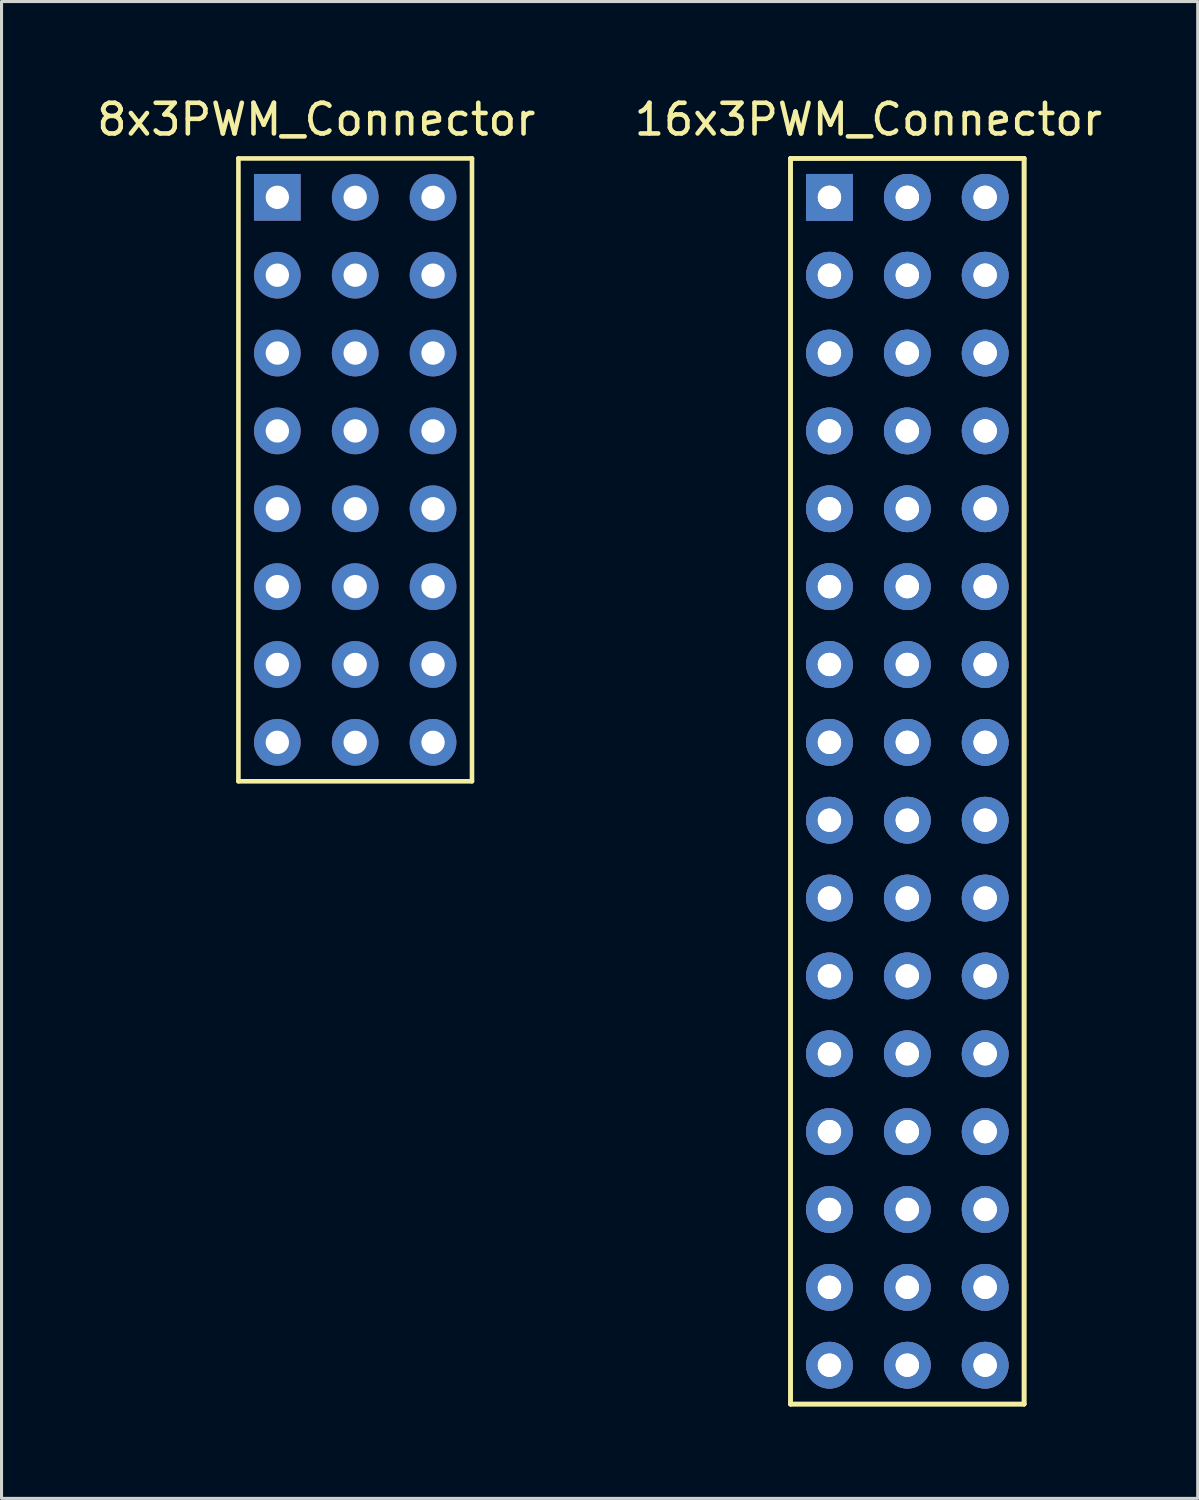
<source format=kicad_pcb>
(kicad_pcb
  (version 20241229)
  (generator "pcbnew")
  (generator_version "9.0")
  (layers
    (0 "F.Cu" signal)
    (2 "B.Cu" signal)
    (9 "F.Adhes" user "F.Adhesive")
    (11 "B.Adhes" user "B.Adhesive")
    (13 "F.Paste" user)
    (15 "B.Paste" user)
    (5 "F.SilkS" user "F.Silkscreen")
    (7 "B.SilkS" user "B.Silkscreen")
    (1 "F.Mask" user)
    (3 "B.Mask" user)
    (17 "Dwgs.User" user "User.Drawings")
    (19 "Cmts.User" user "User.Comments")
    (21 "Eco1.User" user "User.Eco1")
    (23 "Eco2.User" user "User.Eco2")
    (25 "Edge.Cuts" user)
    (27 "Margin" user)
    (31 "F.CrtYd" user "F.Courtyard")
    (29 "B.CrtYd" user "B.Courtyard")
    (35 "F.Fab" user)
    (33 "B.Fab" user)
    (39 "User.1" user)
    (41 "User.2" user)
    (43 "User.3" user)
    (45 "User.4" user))
  (footprint "8x3PWM_Connector"
    (layer "F.Cu")
    (at 8.538 12.278)
    (property "Reference" "8x3PWM_Connector" (at -1.27 -11.43 0) (layer "F.SilkS") (effects (font (size 1 1) (thickness 0.15))))
    (attr through_hole)
    (fp_line (start -3.81 -10.16) (end 3.81 -10.16) (stroke (width 0.15) (type solid)) (layer "F.SilkS"))
    (fp_line (start -3.81 10.16) (end -3.81 -10.16) (stroke (width 0.15) (type solid)) (layer "F.SilkS"))
    (fp_line (start 3.81 -10.16) (end 3.81 10.16) (stroke (width 0.15) (type solid)) (layer "F.SilkS"))
    (fp_line (start 3.81 10.16) (end -3.81 10.16) (stroke (width 0.15) (type solid)) (layer "F.SilkS"))
    (pad "1" thru_hole rect (at -2.54 -8.89) (size 1.524 1.524) (drill 0.762) (layers "*.Cu" "*.Mask"))
    (pad "2" thru_hole circle (at -2.54 -6.35) (size 1.524 1.524) (drill 0.762) (layers "*.Cu" "*.Mask"))
    (pad "3" thru_hole circle (at -2.54 -3.81) (size 1.524 1.524) (drill 0.762) (layers "*.Cu" "*.Mask"))
    (pad "4" thru_hole circle (at -2.54 -1.27) (size 1.524 1.524) (drill 0.762) (layers "*.Cu" "*.Mask"))
    (pad "5" thru_hole circle (at -2.54 1.27) (size 1.524 1.524) (drill 0.762) (layers "*.Cu" "*.Mask"))
    (pad "6" thru_hole circle (at -2.54 3.81) (size 1.524 1.524) (drill 0.762) (layers "*.Cu" "*.Mask"))
    (pad "7" thru_hole circle (at -2.54 6.35) (size 1.524 1.524) (drill 0.762) (layers "*.Cu" "*.Mask"))
    (pad "8" thru_hole circle (at -2.54 8.89) (size 1.524 1.524) (drill 0.762) (layers "*.Cu" "*.Mask"))
    (pad "9" thru_hole circle (at 0 -8.89) (size 1.524 1.524) (drill 0.762) (layers "*.Cu" "*.Mask"))
    (pad "9" thru_hole circle (at 0 -6.35) (size 1.524 1.524) (drill 0.762) (layers "*.Cu" "*.Mask"))
    (pad "9" thru_hole circle (at 0 -3.81) (size 1.524 1.524) (drill 0.762) (layers "*.Cu" "*.Mask"))
    (pad "9" thru_hole circle (at 0 -1.27) (size 1.524 1.524) (drill 0.762) (layers "*.Cu" "*.Mask"))
    (pad "9" thru_hole circle (at 0 1.27) (size 1.524 1.524) (drill 0.762) (layers "*.Cu" "*.Mask"))
    (pad "9" thru_hole circle (at 0 3.81) (size 1.524 1.524) (drill 0.762) (layers "*.Cu" "*.Mask"))
    (pad "9" thru_hole circle (at 0 6.35) (size 1.524 1.524) (drill 0.762) (layers "*.Cu" "*.Mask"))
    (pad "9" thru_hole circle (at 0 8.89) (size 1.524 1.524) (drill 0.762) (layers "*.Cu" "*.Mask"))
    (pad "9" thru_hole circle (at 2.54 -8.89) (size 1.524 1.524) (drill 0.762) (layers "*.Cu" "*.Mask"))
    (pad "9" thru_hole circle (at 2.54 -6.35) (size 1.524 1.524) (drill 0.762) (layers "*.Cu" "*.Mask"))
    (pad "9" thru_hole circle (at 2.54 -3.81) (size 1.524 1.524) (drill 0.762) (layers "*.Cu" "*.Mask"))
    (pad "9" thru_hole circle (at 2.54 -1.27) (size 1.524 1.524) (drill 0.762) (layers "*.Cu" "*.Mask"))
    (pad "9" thru_hole circle (at 2.54 1.27) (size 1.524 1.524) (drill 0.762) (layers "*.Cu" "*.Mask"))
    (pad "9" thru_hole circle (at 2.54 3.81) (size 1.524 1.524) (drill 0.762) (layers "*.Cu" "*.Mask"))
    (pad "9" thru_hole circle (at 2.54 6.35) (size 1.524 1.524) (drill 0.762) (layers "*.Cu" "*.Mask"))
    (pad "9" thru_hole circle (at 2.54 8.89) (size 1.524 1.524) (drill 0.762) (layers "*.Cu" "*.Mask")))
  (footprint "16x3PWM_Connector"
    (layer "F.Cu")
    (at 26.55 22.438)
    (property "Reference" "16x3PWM_Connector" (at -1.27 -21.59 0) (layer "F.SilkS") (effects (font (size 1 1) (thickness 0.15))))
    (attr through_hole)
    (fp_line (start -3.81 -20.32) (end 3.81 -20.32) (stroke (width 0.15) (type solid)) (layer "F.SilkS"))
    (fp_line (start -3.81 -20.32) (end 3.81 -20.32) (stroke (width 0.15) (type solid)) (layer "F.SilkS"))
    (fp_line (start -3.81 20.32) (end -3.81 -20.32) (stroke (width 0.15) (type solid)) (layer "F.SilkS"))
    (fp_line (start -3.81 20.32) (end -3.81 -20.32) (stroke (width 0.15) (type solid)) (layer "F.SilkS"))
    (fp_line (start 3.81 -20.32) (end 3.81 20.32) (stroke (width 0.15) (type solid)) (layer "F.SilkS"))
    (fp_line (start 3.81 -20.32) (end 3.81 20.32) (stroke (width 0.15) (type solid)) (layer "F.SilkS"))
    (fp_line (start 3.81 20.32) (end -3.81 20.32) (stroke (width 0.15) (type solid)) (layer "F.SilkS"))
    (fp_line (start 3.81 20.32) (end -3.81 20.32) (stroke (width 0.15) (type solid)) (layer "F.SilkS"))
    (pad "1" thru_hole rect (at -2.54 -19.05) (size 1.524 1.524) (drill 0.762) (layers "*.Cu" "*.Mask"))
    (pad "1" thru_hole rect (at -2.54 -19.05) (size 1.524 1.524) (drill 0.762) (layers "*.Cu" "*.Mask"))
    (pad "2" thru_hole circle (at -2.54 -16.51) (size 1.524 1.524) (drill 0.762) (layers "*.Cu" "*.Mask"))
    (pad "2" thru_hole circle (at -2.54 -16.51) (size 1.524 1.524) (drill 0.762) (layers "*.Cu" "*.Mask"))
    (pad "3" thru_hole circle (at -2.54 -13.97) (size 1.524 1.524) (drill 0.762) (layers "*.Cu" "*.Mask"))
    (pad "3" thru_hole circle (at -2.54 -13.97) (size 1.524 1.524) (drill 0.762) (layers "*.Cu" "*.Mask"))
    (pad "4" thru_hole circle (at -2.54 -11.43) (size 1.524 1.524) (drill 0.762) (layers "*.Cu" "*.Mask"))
    (pad "4" thru_hole circle (at -2.54 -11.43) (size 1.524 1.524) (drill 0.762) (layers "*.Cu" "*.Mask"))
    (pad "5" thru_hole circle (at -2.54 -8.89) (size 1.524 1.524) (drill 0.762) (layers "*.Cu" "*.Mask"))
    (pad "5" thru_hole circle (at -2.54 -8.89) (size 1.524 1.524) (drill 0.762) (layers "*.Cu" "*.Mask"))
    (pad "6" thru_hole circle (at -2.54 -6.35) (size 1.524 1.524) (drill 0.762) (layers "*.Cu" "*.Mask"))
    (pad "6" thru_hole circle (at -2.54 -6.35) (size 1.524 1.524) (drill 0.762) (layers "*.Cu" "*.Mask"))
    (pad "7" thru_hole circle (at -2.54 -3.81) (size 1.524 1.524) (drill 0.762) (layers "*.Cu" "*.Mask"))
    (pad "7" thru_hole circle (at -2.54 -3.81) (size 1.524 1.524) (drill 0.762) (layers "*.Cu" "*.Mask"))
    (pad "8" thru_hole circle (at -2.54 -1.27) (size 1.524 1.524) (drill 0.762) (layers "*.Cu" "*.Mask"))
    (pad "8" thru_hole circle (at -2.54 -1.27) (size 1.524 1.524) (drill 0.762) (layers "*.Cu" "*.Mask"))
    (pad "9" thru_hole circle (at -2.54 1.27) (size 1.524 1.524) (drill 0.762) (layers "*.Cu" "*.Mask"))
    (pad "9" thru_hole circle (at -2.54 1.27) (size 1.524 1.524) (drill 0.762) (layers "*.Cu" "*.Mask"))
    (pad "10" thru_hole circle (at -2.54 3.81) (size 1.524 1.524) (drill 0.762) (layers "*.Cu" "*.Mask"))
    (pad "10" thru_hole circle (at -2.54 3.81) (size 1.524 1.524) (drill 0.762) (layers "*.Cu" "*.Mask"))
    (pad "11" thru_hole circle (at -2.54 6.35) (size 1.524 1.524) (drill 0.762) (layers "*.Cu" "*.Mask"))
    (pad "11" thru_hole circle (at -2.54 6.35) (size 1.524 1.524) (drill 0.762) (layers "*.Cu" "*.Mask"))
    (pad "12" thru_hole circle (at -2.54 8.89) (size 1.524 1.524) (drill 0.762) (layers "*.Cu" "*.Mask"))
    (pad "12" thru_hole circle (at -2.54 8.89) (size 1.524 1.524) (drill 0.762) (layers "*.Cu" "*.Mask"))
    (pad "13" thru_hole circle (at -2.54 11.43) (size 1.524 1.524) (drill 0.762) (layers "*.Cu" "*.Mask"))
    (pad "13" thru_hole circle (at -2.54 11.43) (size 1.524 1.524) (drill 0.762) (layers "*.Cu" "*.Mask"))
    (pad "14" thru_hole circle (at -2.54 13.97) (size 1.524 1.524) (drill 0.762) (layers "*.Cu" "*.Mask"))
    (pad "14" thru_hole circle (at -2.54 13.97) (size 1.524 1.524) (drill 0.762) (layers "*.Cu" "*.Mask"))
    (pad "15" thru_hole circle (at -2.54 16.51) (size 1.524 1.524) (drill 0.762) (layers "*.Cu" "*.Mask"))
    (pad "15" thru_hole circle (at -2.54 16.51) (size 1.524 1.524) (drill 0.762) (layers "*.Cu" "*.Mask"))
    (pad "16" thru_hole circle (at -2.54 19.05) (size 1.524 1.524) (drill 0.762) (layers "*.Cu" "*.Mask"))
    (pad "16" thru_hole circle (at -2.54 19.05) (size 1.524 1.524) (drill 0.762) (layers "*.Cu" "*.Mask"))
    (pad "17" thru_hole circle (at 0 -19.05) (size 1.524 1.524) (drill 0.762) (layers "*.Cu" "*.Mask"))
    (pad "17" thru_hole circle (at 0 -19.05) (size 1.524 1.524) (drill 0.762) (layers "*.Cu" "*.Mask"))
    (pad "17" thru_hole circle (at 0 -16.51) (size 1.524 1.524) (drill 0.762) (layers "*.Cu" "*.Mask"))
    (pad "17" thru_hole circle (at 0 -16.51) (size 1.524 1.524) (drill 0.762) (layers "*.Cu" "*.Mask"))
    (pad "17" thru_hole circle (at 0 -13.97) (size 1.524 1.524) (drill 0.762) (layers "*.Cu" "*.Mask"))
    (pad "17" thru_hole circle (at 0 -13.97) (size 1.524 1.524) (drill 0.762) (layers "*.Cu" "*.Mask"))
    (pad "17" thru_hole circle (at 0 -11.43) (size 1.524 1.524) (drill 0.762) (layers "*.Cu" "*.Mask"))
    (pad "17" thru_hole circle (at 0 -11.43) (size 1.524 1.524) (drill 0.762) (layers "*.Cu" "*.Mask"))
    (pad "17" thru_hole circle (at 0 -6.35) (size 1.524 1.524) (drill 0.762) (layers "*.Cu" "*.Mask"))
    (pad "17" thru_hole circle (at 0 -6.35) (size 1.524 1.524) (drill 0.762) (layers "*.Cu" "*.Mask"))
    (pad "17" thru_hole circle (at 0 -3.81) (size 1.524 1.524) (drill 0.762) (layers "*.Cu" "*.Mask"))
    (pad "17" thru_hole circle (at 0 -3.81) (size 1.524 1.524) (drill 0.762) (layers "*.Cu" "*.Mask"))
    (pad "17" thru_hole circle (at 0 -1.27) (size 1.524 1.524) (drill 0.762) (layers "*.Cu" "*.Mask"))
    (pad "17" thru_hole circle (at 0 -1.27) (size 1.524 1.524) (drill 0.762) (layers "*.Cu" "*.Mask"))
    (pad "17" thru_hole circle (at 0 1.27) (size 1.524 1.524) (drill 0.762) (layers "*.Cu" "*.Mask"))
    (pad "17" thru_hole circle (at 0 1.27) (size 1.524 1.524) (drill 0.762) (layers "*.Cu" "*.Mask"))
    (pad "17" thru_hole circle (at 0 3.81) (size 1.524 1.524) (drill 0.762) (layers "*.Cu" "*.Mask"))
    (pad "17" thru_hole circle (at 0 3.81) (size 1.524 1.524) (drill 0.762) (layers "*.Cu" "*.Mask"))
    (pad "17" thru_hole circle (at 0 6.35) (size 1.524 1.524) (drill 0.762) (layers "*.Cu" "*.Mask"))
    (pad "17" thru_hole circle (at 0 6.35) (size 1.524 1.524) (drill 0.762) (layers "*.Cu" "*.Mask"))
    (pad "17" thru_hole circle (at 0 8.89) (size 1.524 1.524) (drill 0.762) (layers "*.Cu" "*.Mask"))
    (pad "17" thru_hole circle (at 0 8.89) (size 1.524 1.524) (drill 0.762) (layers "*.Cu" "*.Mask"))
    (pad "17" thru_hole circle (at 0 11.43) (size 1.524 1.524) (drill 0.762) (layers "*.Cu" "*.Mask"))
    (pad "17" thru_hole circle (at 0 11.43) (size 1.524 1.524) (drill 0.762) (layers "*.Cu" "*.Mask"))
    (pad "17" thru_hole circle (at 0 13.97) (size 1.524 1.524) (drill 0.762) (layers "*.Cu" "*.Mask"))
    (pad "17" thru_hole circle (at 0 13.97) (size 1.524 1.524) (drill 0.762) (layers "*.Cu" "*.Mask"))
    (pad "17" thru_hole circle (at 0 16.51) (size 1.524 1.524) (drill 0.762) (layers "*.Cu" "*.Mask"))
    (pad "17" thru_hole circle (at 0 16.51) (size 1.524 1.524) (drill 0.762) (layers "*.Cu" "*.Mask"))
    (pad "17" thru_hole circle (at 0 19.05) (size 1.524 1.524) (drill 0.762) (layers "*.Cu" "*.Mask"))
    (pad "17" thru_hole circle (at 0 19.05) (size 1.524 1.524) (drill 0.762) (layers "*.Cu" "*.Mask"))
    (pad "18" thru_hole circle (at 2.54 -19.05) (size 1.524 1.524) (drill 0.762) (layers "*.Cu" "*.Mask"))
    (pad "18" thru_hole circle (at 2.54 -19.05) (size 1.524 1.524) (drill 0.762) (layers "*.Cu" "*.Mask"))
    (pad "18" thru_hole circle (at 2.54 -16.51) (size 1.524 1.524) (drill 0.762) (layers "*.Cu" "*.Mask"))
    (pad "18" thru_hole circle (at 2.54 -16.51) (size 1.524 1.524) (drill 0.762) (layers "*.Cu" "*.Mask"))
    (pad "18" thru_hole circle (at 2.54 -13.97) (size 1.524 1.524) (drill 0.762) (layers "*.Cu" "*.Mask"))
    (pad "18" thru_hole circle (at 2.54 -13.97) (size 1.524 1.524) (drill 0.762) (layers "*.Cu" "*.Mask"))
    (pad "18" thru_hole circle (at 2.54 -11.43) (size 1.524 1.524) (drill 0.762) (layers "*.Cu" "*.Mask"))
    (pad "18" thru_hole circle (at 2.54 -11.43) (size 1.524 1.524) (drill 0.762) (layers "*.Cu" "*.Mask"))
    (pad "18" thru_hole circle (at 2.54 -8.89) (size 1.524 1.524) (drill 0.762) (layers "*.Cu" "*.Mask"))
    (pad "18" thru_hole circle (at 2.54 -8.89) (size 1.524 1.524) (drill 0.762) (layers "*.Cu" "*.Mask"))
    (pad "18" thru_hole circle (at 2.54 -6.35) (size 1.524 1.524) (drill 0.762) (layers "*.Cu" "*.Mask"))
    (pad "18" thru_hole circle (at 2.54 -6.35) (size 1.524 1.524) (drill 0.762) (layers "*.Cu" "*.Mask"))
    (pad "18" thru_hole circle (at 2.54 -3.81) (size 1.524 1.524) (drill 0.762) (layers "*.Cu" "*.Mask"))
    (pad "18" thru_hole circle (at 2.54 -3.81) (size 1.524 1.524) (drill 0.762) (layers "*.Cu" "*.Mask"))
    (pad "18" thru_hole circle (at 2.54 -1.27) (size 1.524 1.524) (drill 0.762) (layers "*.Cu" "*.Mask"))
    (pad "18" thru_hole circle (at 2.54 -1.27) (size 1.524 1.524) (drill 0.762) (layers "*.Cu" "*.Mask"))
    (pad "18" thru_hole circle (at 2.54 1.27) (size 1.524 1.524) (drill 0.762) (layers "*.Cu" "*.Mask"))
    (pad "18" thru_hole circle (at 2.54 1.27) (size 1.524 1.524) (drill 0.762) (layers "*.Cu" "*.Mask"))
    (pad "18" thru_hole circle (at 2.54 3.81) (size 1.524 1.524) (drill 0.762) (layers "*.Cu" "*.Mask"))
    (pad "18" thru_hole circle (at 2.54 3.81) (size 1.524 1.524) (drill 0.762) (layers "*.Cu" "*.Mask"))
    (pad "18" thru_hole circle (at 2.54 6.35) (size 1.524 1.524) (drill 0.762) (layers "*.Cu" "*.Mask"))
    (pad "18" thru_hole circle (at 2.54 6.35) (size 1.524 1.524) (drill 0.762) (layers "*.Cu" "*.Mask"))
    (pad "18" thru_hole circle (at 2.54 8.89) (size 1.524 1.524) (drill 0.762) (layers "*.Cu" "*.Mask"))
    (pad "18" thru_hole circle (at 2.54 8.89) (size 1.524 1.524) (drill 0.762) (layers "*.Cu" "*.Mask"))
    (pad "18" thru_hole circle (at 2.54 11.43) (size 1.524 1.524) (drill 0.762) (layers "*.Cu" "*.Mask"))
    (pad "18" thru_hole circle (at 2.54 11.43) (size 1.524 1.524) (drill 0.762) (layers "*.Cu" "*.Mask"))
    (pad "18" thru_hole circle (at 2.54 13.97) (size 1.524 1.524) (drill 0.762) (layers "*.Cu" "*.Mask"))
    (pad "18" thru_hole circle (at 2.54 13.97) (size 1.524 1.524) (drill 0.762) (layers "*.Cu" "*.Mask"))
    (pad "18" thru_hole circle (at 2.54 16.51) (size 1.524 1.524) (drill 0.762) (layers "*.Cu" "*.Mask"))
    (pad "18" thru_hole circle (at 2.54 16.51) (size 1.524 1.524) (drill 0.762) (layers "*.Cu" "*.Mask"))
    (pad "18" thru_hole circle (at 2.54 19.05) (size 1.524 1.524) (drill 0.762) (layers "*.Cu" "*.Mask"))
    (pad "18" thru_hole circle (at 2.54 19.05) (size 1.524 1.524) (drill 0.762) (layers "*.Cu" "*.Mask"))
    (pad "21" thru_hole circle (at 0 -8.89) (size 1.524 1.524) (drill 0.762) (layers "*.Cu" "*.Mask"))
    (pad "21" thru_hole circle (at 0 -8.89) (size 1.524 1.524) (drill 0.762) (layers "*.Cu" "*.Mask")))
  (gr_rect
    (start -3 -3)
    (end 36.024 45.833)
    (stroke (width 0.1) (type default))
    (fill no)
    (layer "Edge.Cuts")))
</source>
